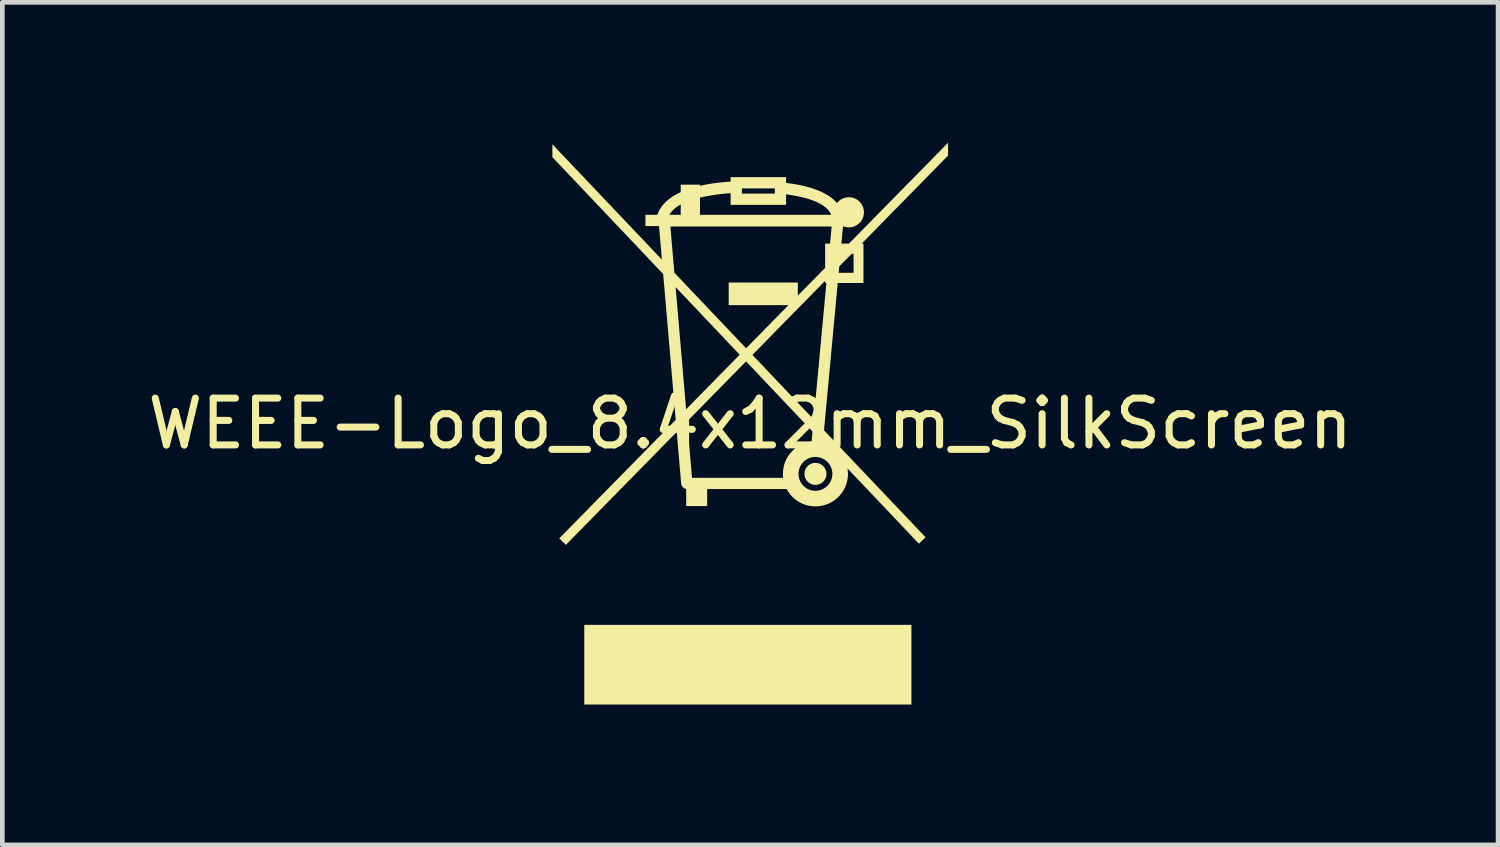
<source format=kicad_pcb>
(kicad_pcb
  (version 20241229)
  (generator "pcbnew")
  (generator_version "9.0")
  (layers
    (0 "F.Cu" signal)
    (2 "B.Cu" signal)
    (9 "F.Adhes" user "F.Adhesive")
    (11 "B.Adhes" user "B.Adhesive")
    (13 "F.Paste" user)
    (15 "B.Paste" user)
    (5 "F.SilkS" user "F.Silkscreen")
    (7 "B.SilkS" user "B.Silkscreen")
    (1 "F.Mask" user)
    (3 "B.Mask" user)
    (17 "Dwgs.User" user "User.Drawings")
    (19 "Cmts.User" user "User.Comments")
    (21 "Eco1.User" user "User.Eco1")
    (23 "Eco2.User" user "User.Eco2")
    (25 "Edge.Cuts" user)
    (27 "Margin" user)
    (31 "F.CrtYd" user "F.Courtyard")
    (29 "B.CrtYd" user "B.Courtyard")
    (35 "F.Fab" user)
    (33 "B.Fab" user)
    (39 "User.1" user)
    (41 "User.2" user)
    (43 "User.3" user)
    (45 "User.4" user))
  (footprint "WEEE-Logo_8.4x12mm_SilkScreen"
    (layer "F.Cu")
    (at 12.982 6.003)
    (property "Reference" "WEEE-Logo_8.4x12mm_SilkScreen" (at 0 0 0) (layer "F.SilkS") (effects (font (size 1 1) (thickness 0.15))))
    (attr exclude_from_pos_files exclude_from_bom allow_missing_courtyard)
    (fp_poly (pts (xy 3.445 6.003) (xy -3.546 6.003) (xy -3.546 4.3) (xy 3.445 4.3)) (stroke (width 0) (type solid)) (fill yes) (layer "F.SilkS"))
    (fp_poly (pts (xy 1.406 0.839) (xy 1.418 0.84) (xy 1.429 0.841) (xy 1.441 0.843) (xy 1.452 0.846) (xy 1.464 0.849) (xy 1.474 0.853) (xy 1.485 0.857) (xy 1.496 0.862) (xy 1.506 0.867) (xy 1.515 0.873) (xy 1.525 0.879) (xy 1.534 0.885) (xy 1.543 0.892) (xy 1.552 0.9) (xy 1.56 0.907) (xy 1.567 0.916) (xy 1.575 0.924) (xy 1.582 0.933) (xy 1.588 0.942) (xy 1.594 0.952) (xy 1.6 0.961) (xy 1.605 0.972) (xy 1.61 0.982) (xy 1.614 0.993) (xy 1.618 1.004) (xy 1.621 1.015) (xy 1.624 1.026) (xy 1.626 1.038) (xy 1.627 1.049) (xy 1.628 1.061) (xy 1.628 1.073) (xy 1.628 1.085) (xy 1.627 1.097) (xy 1.626 1.109) (xy 1.624 1.121) (xy 1.621 1.132) (xy 1.618 1.143) (xy 1.614 1.154) (xy 1.61 1.165) (xy 1.605 1.175) (xy 1.6 1.185) (xy 1.594 1.195) (xy 1.588 1.205) (xy 1.582 1.214) (xy 1.575 1.223) (xy 1.567 1.231) (xy 1.56 1.239) (xy 1.552 1.247) (xy 1.543 1.254) (xy 1.534 1.261) (xy 1.525 1.268) (xy 1.515 1.274) (xy 1.506 1.28) (xy 1.496 1.285) (xy 1.485 1.29) (xy 1.474 1.294) (xy 1.464 1.298) (xy 1.452 1.301) (xy 1.441 1.303) (xy 1.429 1.305) (xy 1.418 1.307) (xy 1.406 1.308) (xy 1.394 1.308) (xy 1.382 1.308) (xy 1.37 1.307) (xy 1.358 1.305) (xy 1.346 1.303) (xy 1.335 1.301) (xy 1.324 1.298) (xy 1.313 1.294) (xy 1.302 1.29) (xy 1.292 1.285) (xy 1.282 1.28) (xy 1.272 1.274) (xy 1.262 1.268) (xy 1.253 1.261) (xy 1.244 1.254) (xy 1.236 1.247) (xy 1.228 1.239) (xy 1.22 1.231) (xy 1.213 1.223) (xy 1.206 1.214) (xy 1.199 1.205) (xy 1.193 1.195) (xy 1.187 1.185) (xy 1.182 1.175) (xy 1.177 1.165) (xy 1.173 1.154) (xy 1.17 1.143) (xy 1.166 1.132) (xy 1.164 1.121) (xy 1.162 1.109) (xy 1.16 1.097) (xy 1.159 1.085) (xy 1.159 1.073) (xy 1.159 1.061) (xy 1.16 1.049) (xy 1.162 1.038) (xy 1.164 1.026) (xy 1.166 1.015) (xy 1.17 1.004) (xy 1.173 0.993) (xy 1.177 0.982) (xy 1.182 0.972) (xy 1.187 0.961) (xy 1.193 0.952) (xy 1.199 0.942) (xy 1.206 0.933) (xy 1.213 0.924) (xy 1.22 0.916) (xy 1.228 0.907) (xy 1.236 0.9) (xy 1.244 0.892) (xy 1.253 0.885) (xy 1.262 0.879) (xy 1.272 0.873) (xy 1.282 0.867) (xy 1.292 0.862) (xy 1.302 0.857) (xy 1.313 0.853) (xy 1.324 0.849) (xy 1.335 0.846) (xy 1.346 0.843) (xy 1.358 0.841) (xy 1.37 0.84) (xy 1.382 0.839) (xy 1.394 0.839)) (stroke (width 0) (type solid)) (fill yes) (layer "F.SilkS"))
    (fp_poly (pts (xy 4.228 -5.728) (xy 2.382 -3.847) (xy 2.42 -3.847) (xy 2.42 -3.006) (xy 1.87 -3.006) (xy 1.577 0.143) (xy 3.748 2.429) (xy 3.604 2.566) (xy 2.079 0.957) (xy 2.081 0.972) (xy 2.083 0.986) (xy 2.085 1) (xy 2.086 1.015) (xy 2.087 1.029) (xy 2.088 1.044) (xy 2.089 1.059) (xy 2.089 1.073) (xy 2.088 1.109) (xy 2.085 1.144) (xy 2.081 1.179) (xy 2.075 1.213) (xy 2.067 1.247) (xy 2.057 1.28) (xy 2.047 1.312) (xy 2.034 1.344) (xy 2.02 1.375) (xy 2.005 1.405) (xy 1.988 1.434) (xy 1.97 1.462) (xy 1.951 1.489) (xy 1.93 1.515) (xy 1.908 1.541) (xy 1.885 1.565) (xy 1.861 1.588) (xy 1.836 1.61) (xy 1.81 1.63) (xy 1.782 1.65) (xy 1.754 1.668) (xy 1.725 1.684) (xy 1.695 1.7) (xy 1.664 1.714) (xy 1.633 1.726) (xy 1.6 1.737) (xy 1.567 1.746) (xy 1.534 1.754) (xy 1.5 1.76) (xy 1.465 1.765) (xy 1.43 1.767) (xy 1.394 1.768) (xy 1.344 1.767) (xy 1.296 1.761) (xy 1.248 1.753) (xy 1.202 1.741) (xy 1.157 1.727) (xy 1.113 1.709) (xy 1.071 1.689) (xy 1.03 1.666) (xy 0.991 1.64) (xy 0.955 1.612) (xy 0.92 1.582) (xy 0.887 1.549) (xy 0.856 1.514) (xy 0.828 1.477) (xy 0.802 1.439) (xy 0.779 1.398) (xy -0.92 1.398) (xy -0.92 1.761) (xy -1.368 1.761) (xy -1.368 1.397) (xy -1.372 1.396) (xy -1.377 1.395) (xy -1.382 1.394) (xy -1.387 1.392) (xy -1.392 1.391) (xy -1.397 1.389) (xy -1.401 1.387) (xy -1.406 1.384) (xy -1.415 1.379) (xy -1.423 1.373) (xy -1.431 1.366) (xy -1.439 1.359) (xy -1.446 1.352) (xy -1.453 1.343) (xy -1.458 1.335) (xy -1.461 1.33) (xy -1.463 1.326) (xy -1.466 1.321) (xy -1.468 1.317) (xy -1.469 1.312) (xy -1.471 1.307) (xy -1.472 1.302) (xy -1.473 1.298) (xy -1.474 1.293) (xy -1.475 1.288) (xy -1.57 0.178) (xy -3.939 2.591) (xy -4.081 2.452) (xy -1.623 -0.049) (xy -1.347 -0.049) (xy -1.244 1.157) (xy 0.704 1.157) (xy 0.703 1.147) (xy 0.702 1.136) (xy 0.701 1.126) (xy 0.7 1.115) (xy 0.699 1.105) (xy 0.699 1.094) (xy 0.699 1.084) (xy 0.699 1.073) (xy 1.032 1.073) (xy 1.033 1.092) (xy 1.034 1.11) (xy 1.036 1.128) (xy 1.04 1.146) (xy 1.044 1.164) (xy 1.049 1.181) (xy 1.054 1.198) (xy 1.061 1.214) (xy 1.068 1.23) (xy 1.076 1.246) (xy 1.085 1.261) (xy 1.094 1.275) (xy 1.104 1.29) (xy 1.115 1.303) (xy 1.126 1.316) (xy 1.138 1.329) (xy 1.151 1.341) (xy 1.164 1.352) (xy 1.177 1.363) (xy 1.192 1.373) (xy 1.206 1.382) (xy 1.221 1.391) (xy 1.237 1.399) (xy 1.253 1.406) (xy 1.269 1.413) (xy 1.286 1.419) (xy 1.303 1.423) (xy 1.321 1.427) (xy 1.339 1.431) (xy 1.357 1.433) (xy 1.375 1.434) (xy 1.394 1.435) (xy 1.412 1.434) (xy 1.431 1.433) (xy 1.449 1.431) (xy 1.467 1.427) (xy 1.484 1.423) (xy 1.501 1.419) (xy 1.518 1.413) (xy 1.534 1.406) (xy 1.55 1.399) (xy 1.566 1.391) (xy 1.581 1.382) (xy 1.596 1.373) (xy 1.61 1.363) (xy 1.624 1.352) (xy 1.637 1.341) (xy 1.649 1.329) (xy 1.661 1.316) (xy 1.673 1.303) (xy 1.683 1.29) (xy 1.693 1.275) (xy 1.703 1.261) (xy 1.712 1.246) (xy 1.72 1.23) (xy 1.727 1.214) (xy 1.733 1.198) (xy 1.739 1.181) (xy 1.744 1.164) (xy 1.748 1.146) (xy 1.751 1.128) (xy 1.753 1.11) (xy 1.755 1.092) (xy 1.755 1.073) (xy 1.755 1.055) (xy 1.753 1.036) (xy 1.751 1.018) (xy 1.748 1) (xy 1.744 0.983) (xy 1.739 0.966) (xy 1.733 0.949) (xy 1.727 0.933) (xy 1.72 0.917) (xy 1.712 0.901) (xy 1.703 0.886) (xy 1.693 0.871) (xy 1.683 0.857) (xy 1.673 0.843) (xy 1.661 0.83) (xy 1.649 0.818) (xy 1.637 0.806) (xy 1.624 0.794) (xy 1.61 0.784) (xy 1.596 0.774) (xy 1.581 0.764) (xy 1.566 0.756) (xy 1.55 0.748) (xy 1.534 0.74) (xy 1.518 0.734) (xy 1.501 0.728) (xy 1.484 0.723) (xy 1.467 0.719) (xy 1.449 0.716) (xy 1.431 0.714) (xy 1.412 0.712) (xy 1.394 0.712) (xy 1.375 0.712) (xy 1.357 0.714) (xy 1.339 0.716) (xy 1.321 0.719) (xy 1.303 0.723) (xy 1.286 0.728) (xy 1.269 0.734) (xy 1.253 0.74) (xy 1.237 0.748) (xy 1.221 0.756) (xy 1.206 0.764) (xy 1.192 0.774) (xy 1.177 0.784) (xy 1.164 0.794) (xy 1.151 0.806) (xy 1.138 0.818) (xy 1.126 0.83) (xy 1.115 0.843) (xy 1.104 0.857) (xy 1.094 0.871) (xy 1.085 0.886) (xy 1.076 0.901) (xy 1.068 0.917) (xy 1.061 0.933) (xy 1.054 0.949) (xy 1.049 0.966) (xy 1.044 0.983) (xy 1.04 1) (xy 1.036 1.018) (xy 1.034 1.036) (xy 1.033 1.055) (xy 1.032 1.073) (xy 0.699 1.073) (xy 0.7 1.04) (xy 0.702 1.007) (xy 0.706 0.975) (xy 0.711 0.943) (xy 0.718 0.912) (xy 0.726 0.881) (xy 0.735 0.851) (xy 0.746 0.821) (xy 0.758 0.792) (xy 0.771 0.763) (xy 0.786 0.736) (xy 0.802 0.709) (xy 0.819 0.683) (xy 0.837 0.658) (xy 0.856 0.633) (xy 0.876 0.61) (xy 0.897 0.587) (xy 0.919 0.566) (xy 0.942 0.545) (xy 0.966 0.525) (xy 0.991 0.507) (xy 1.017 0.489) (xy 1.043 0.473) (xy 1.071 0.458) (xy 1.099 0.444) (xy 1.127 0.431) (xy 1.157 0.42) (xy 1.187 0.41) (xy 1.217 0.401) (xy 1.248 0.394) (xy 1.28 0.388) (xy 1.312 0.383) (xy 1.332 0.169) (xy -0.089 -1.33) (xy -1.347 -0.049) (xy -1.623 -0.049) (xy -1.592 -0.08) (xy -1.836 -2.917) (xy -1.594 -2.917) (xy -1.37 -0.307) (xy -0.228 -1.469) (xy 0.047 -1.469) (xy 1.356 -0.09) (xy 1.628 -3.006) (xy 1.601 -3.006) (xy 1.601 -3.052) (xy 0.047 -1.469) (xy -0.228 -1.469) (xy -0.224 -1.472) (xy -1.594 -2.917) (xy -1.836 -2.917) (xy -1.861 -3.198) (xy -4.228 -5.695) (xy -4.228 -5.97) (xy -1.887 -3.505) (xy -1.948 -4.212) (xy -1.706 -4.212) (xy -1.621 -3.225) (xy -0.088 -1.611) (xy 0.818 -2.533) (xy -0.46 -2.533) (xy -0.46 -3.016) (xy 1.018 -3.016) (xy 1.018 -2.737) (xy 1.496 -3.223) (xy 1.891 -3.223) (xy 2.209 -3.223) (xy 2.209 -3.63) (xy 2.169 -3.63) (xy 1.903 -3.36) (xy 1.891 -3.223) (xy 1.496 -3.223) (xy 1.601 -3.33) (xy 1.601 -3.847) (xy 1.706 -3.847) (xy 1.74 -4.212) (xy -1.706 -4.212) (xy -1.948 -4.212) (xy -1.949 -4.222) (xy -2.239 -4.222) (xy -2.239 -4.463) (xy -1.984 -4.463) (xy -1.984 -4.463) (xy -1.726 -4.463) (xy -1.485 -4.463) (xy -1.485 -4.683) (xy -1.505 -4.672) (xy -1.525 -4.66) (xy -1.544 -4.648) (xy -1.562 -4.636) (xy -1.58 -4.624) (xy -1.597 -4.611) (xy -1.613 -4.598) (xy -1.629 -4.584) (xy -1.644 -4.57) (xy -1.658 -4.556) (xy -1.671 -4.542) (xy -1.684 -4.527) (xy -1.695 -4.511) (xy -1.706 -4.496) (xy -1.716 -4.48) (xy -1.726 -4.463) (xy -1.984 -4.463) (xy -1.982 -4.469) (xy -1.98 -4.474) (xy -1.978 -4.48) (xy -1.976 -4.485) (xy -1.974 -4.491) (xy -1.971 -4.498) (xy -1.968 -4.504) (xy -1.966 -4.511) (xy -1.949 -4.547) (xy -1.93 -4.582) (xy -1.909 -4.615) (xy -1.886 -4.648) (xy -1.861 -4.679) (xy -1.834 -4.709) (xy -1.806 -4.738) (xy -1.776 -4.765) (xy -1.744 -4.792) (xy -1.711 -4.817) (xy -1.693 -4.83) (xy -1.073 -4.83) (xy -1.073 -4.463) (xy 1.731 -4.463) (xy 1.72 -4.487) (xy 1.707 -4.511) (xy 1.692 -4.533) (xy 1.675 -4.554) (xy 1.657 -4.575) (xy 1.638 -4.595) (xy 1.617 -4.615) (xy 1.594 -4.633) (xy 1.57 -4.651) (xy 1.544 -4.669) (xy 1.518 -4.685) (xy 1.49 -4.701) (xy 1.431 -4.731) (xy 1.368 -4.758) (xy 1.3 -4.783) (xy 1.23 -4.806) (xy 1.157 -4.826) (xy 1.082 -4.845) (xy 1.005 -4.861) (xy 0.926 -4.876) (xy 0.847 -4.889) (xy 0.767 -4.9) (xy 0.767 -4.675) (xy -0.419 -4.675) (xy -0.419 -4.916) (xy -0.178 -4.916) (xy 0.526 -4.916) (xy 0.526 -5.027) (xy -0.178 -5.027) (xy -0.178 -4.916) (xy -0.419 -4.916) (xy -0.419 -4.925) (xy -0.499 -4.919) (xy -0.581 -4.911) (xy -0.663 -4.902) (xy -0.746 -4.891) (xy -0.829 -4.878) (xy -0.911 -4.864) (xy -0.993 -4.848) (xy -1.073 -4.83) (xy -1.693 -4.83) (xy -1.677 -4.842) (xy -1.641 -4.865) (xy -1.604 -4.887) (xy -1.566 -4.908) (xy -1.526 -4.928) (xy -1.485 -4.948) (xy -1.485 -5.107) (xy -1.073 -5.107) (xy -1.073 -5.082) (xy -0.992 -5.1) (xy -0.91 -5.115) (xy -0.828 -5.129) (xy -0.745 -5.141) (xy -0.663 -5.151) (xy -0.581 -5.159) (xy -0.499 -5.166) (xy -0.419 -5.172) (xy -0.419 -5.268) (xy 0.767 -5.268) (xy 0.767 -5.145) (xy 0.927 -5.122) (xy 1.007 -5.108) (xy 1.086 -5.092) (xy 1.164 -5.074) (xy 1.241 -5.054) (xy 1.316 -5.032) (xy 1.389 -5.007) (xy 1.459 -4.98) (xy 1.527 -4.95) (xy 1.591 -4.918) (xy 1.652 -4.883) (xy 1.709 -4.846) (xy 1.763 -4.805) (xy 1.811 -4.761) (xy 1.855 -4.714) (xy 1.867 -4.728) (xy 1.879 -4.741) (xy 1.892 -4.754) (xy 1.905 -4.765) (xy 1.919 -4.776) (xy 1.934 -4.786) (xy 1.949 -4.796) (xy 1.965 -4.804) (xy 1.982 -4.812) (xy 1.999 -4.818) (xy 2.016 -4.824) (xy 2.034 -4.829) (xy 2.052 -4.833) (xy 2.07 -4.835) (xy 2.089 -4.837) (xy 2.108 -4.838) (xy 2.125 -4.837) (xy 2.141 -4.836) (xy 2.157 -4.834) (xy 2.173 -4.831) (xy 2.189 -4.827) (xy 2.204 -4.823) (xy 2.219 -4.818) (xy 2.234 -4.812) (xy 2.248 -4.806) (xy 2.262 -4.799) (xy 2.275 -4.791) (xy 2.288 -4.783) (xy 2.301 -4.774) (xy 2.313 -4.764) (xy 2.325 -4.754) (xy 2.336 -4.743) (xy 2.346 -4.732) (xy 2.357 -4.721) (xy 2.366 -4.708) (xy 2.375 -4.696) (xy 2.383 -4.683) (xy 2.391 -4.669) (xy 2.398 -4.655) (xy 2.405 -4.641) (xy 2.411 -4.626) (xy 2.416 -4.612) (xy 2.42 -4.596) (xy 2.424 -4.581) (xy 2.426 -4.565) (xy 2.428 -4.549) (xy 2.43 -4.532) (xy 2.43 -4.516) (xy 2.43 -4.499) (xy 2.428 -4.483) (xy 2.426 -4.467) (xy 2.424 -4.451) (xy 2.42 -4.435) (xy 2.416 -4.42) (xy 2.411 -4.405) (xy 2.405 -4.391) (xy 2.398 -4.376) (xy 2.391 -4.362) (xy 2.383 -4.349) (xy 2.375 -4.336) (xy 2.366 -4.323) (xy 2.357 -4.311) (xy 2.346 -4.3) (xy 2.336 -4.288) (xy 2.325 -4.278) (xy 2.313 -4.268) (xy 2.301 -4.258) (xy 2.288 -4.249) (xy 2.275 -4.241) (xy 2.262 -4.233) (xy 2.248 -4.226) (xy 2.234 -4.219) (xy 2.219 -4.214) (xy 2.204 -4.209) (xy 2.189 -4.204) (xy 2.173 -4.201) (xy 2.157 -4.198) (xy 2.141 -4.196) (xy 2.125 -4.195) (xy 2.108 -4.194) (xy 2.1 -4.194) (xy 2.092 -4.195) (xy 2.084 -4.195) (xy 2.076 -4.196) (xy 2.067 -4.197) (xy 2.06 -4.198) (xy 2.052 -4.199) (xy 2.044 -4.201) (xy 2.036 -4.202) (xy 2.028 -4.204) (xy 2.021 -4.206) (xy 2.013 -4.208) (xy 2.006 -4.211) (xy 1.998 -4.213) (xy 1.991 -4.216) (xy 1.984 -4.219) (xy 1.949 -3.847) (xy 2.109 -3.847) (xy 4.228 -6.003)) (stroke (width 0) (type solid)) (fill yes) (layer "F.SilkS")))
  (gr_rect
    (start -3 -3)
    (end 28.964 15.005)
    (stroke (width 0.1) (type default))
    (fill no)
    (layer "Edge.Cuts")))
</source>
